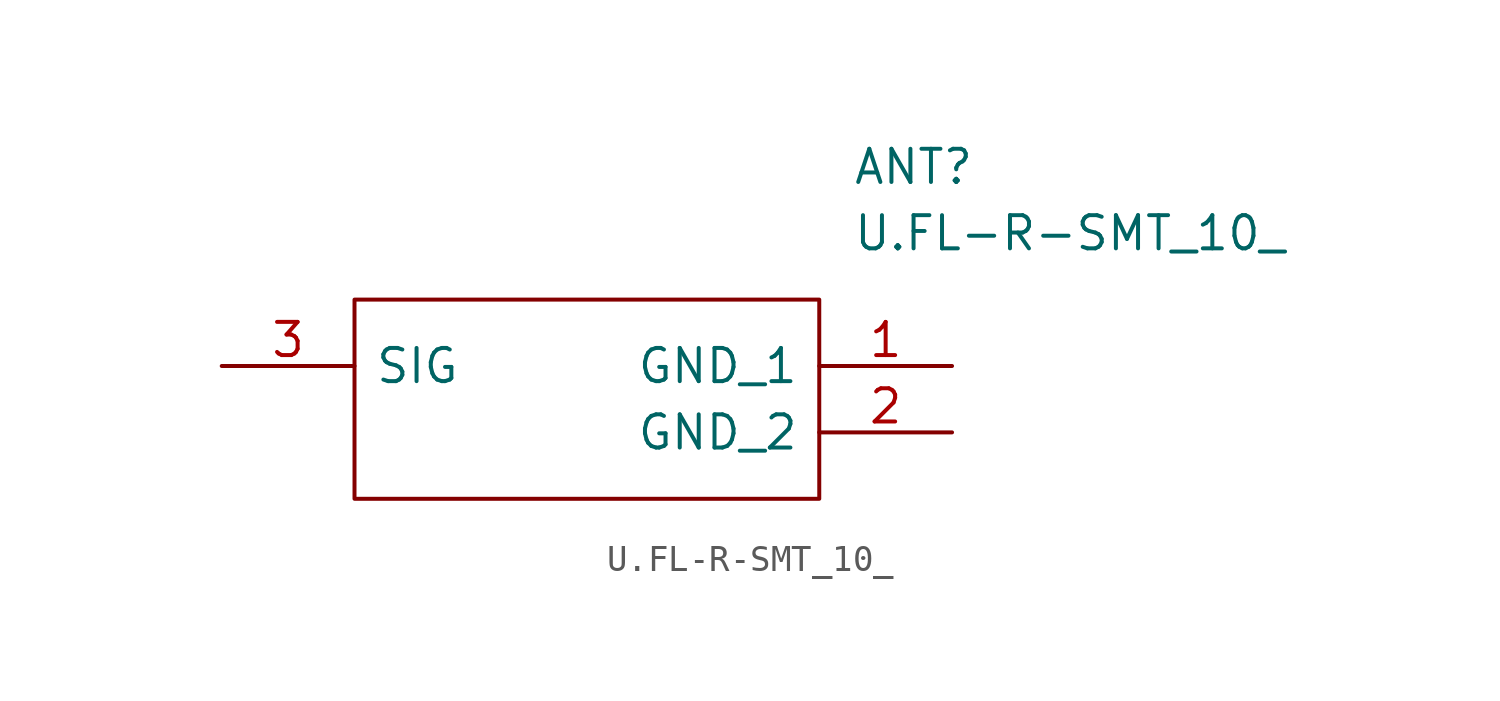
<source format=kicad_sym>
(kicad_symbol_lib
  (version 20211014)
  (generator kicad_symbol_editor)
  (symbol "U.FL-R-SMT_10_"
    (pin_names
      (offset 0.762))
    (property "Reference" "ANT"
      (at 24.13 7.62 0)
      (effects (font (size 1.27 1.27)) (justify left)))
    (property "Value" "U.FL-R-SMT_10_"
      (at 24.13 5.08 0)
      (effects (font (size 1.27 1.27)) (justify left)))
    (symbol "U.FL-R-SMT_10__0_0"
      (pin passive line (at 27.94 0 180) (length 5.08) (name "GND_1" (effects (font (size 1.27 1.27)))) (number "1" (effects (font (size 1.27 1.27)))))
      (pin passive line (at 27.94 -2.54 180) (length 5.08) (name "GND_2" (effects (font (size 1.27 1.27)))) (number "2" (effects (font (size 1.27 1.27)))))
      (pin passive line (at 0 0 0) (length 5.08) (name "SIG" (effects (font (size 1.27 1.27)))) (number "3" (effects (font (size 1.27 1.27))))))
    (symbol "U.FL-R-SMT_10__0_1"
      (polyline (pts (xy 5.08 2.54) (xy 22.86 2.54) (xy 22.86 -5.08) (xy 5.08 -5.08) (xy 5.08 2.54)) (stroke (width 0.152) (type default) (color 0 0 0 0)) (fill (type none))))))
</source>
